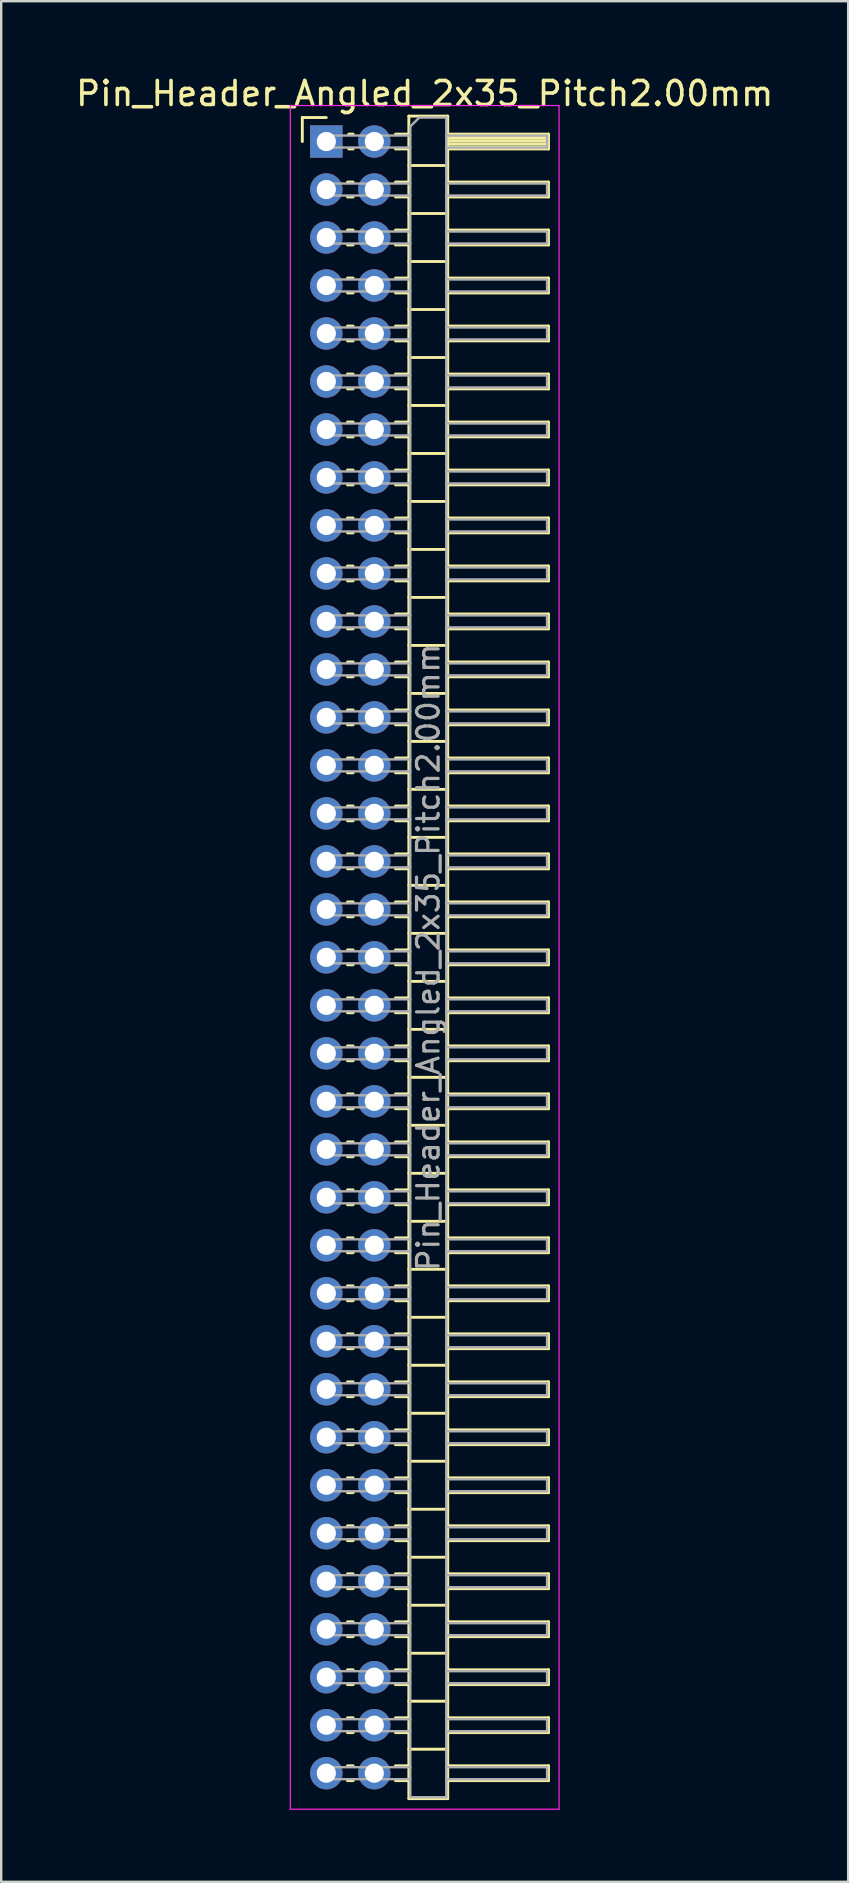
<source format=kicad_pcb>
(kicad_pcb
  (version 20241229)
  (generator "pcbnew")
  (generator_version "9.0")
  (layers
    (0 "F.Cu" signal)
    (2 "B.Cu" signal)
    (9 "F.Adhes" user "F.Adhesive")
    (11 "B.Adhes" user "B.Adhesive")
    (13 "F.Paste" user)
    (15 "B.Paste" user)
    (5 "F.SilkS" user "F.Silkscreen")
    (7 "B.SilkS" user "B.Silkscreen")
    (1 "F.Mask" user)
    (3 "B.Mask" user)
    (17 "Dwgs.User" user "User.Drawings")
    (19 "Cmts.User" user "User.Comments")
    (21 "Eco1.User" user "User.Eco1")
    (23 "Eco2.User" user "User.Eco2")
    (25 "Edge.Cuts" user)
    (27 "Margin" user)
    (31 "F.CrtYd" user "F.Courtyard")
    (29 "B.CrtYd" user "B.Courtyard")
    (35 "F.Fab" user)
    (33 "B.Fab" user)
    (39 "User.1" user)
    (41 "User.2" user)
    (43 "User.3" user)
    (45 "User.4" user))
  (footprint "Pin_Header_Angled_2x35_Pitch2.00mm"
    (layer "F.Cu")
    (at 10.549 2.848)
    (property "Reference" "Pin_Header_Angled_2x35_Pitch2.00mm" (at 4.1 -2 0) (layer "F.SilkS") (effects (font (size 1 1) (thickness 0.15))))
    (attr through_hole)
    (fp_line (start -1 -1) (end 0 -1) (stroke (width 0.12) (type solid)) (layer "F.SilkS"))
    (fp_line (start -1 0) (end -1 -1) (stroke (width 0.12) (type solid)) (layer "F.SilkS"))
    (fp_line (start 0.882 1.69) (end 1.118 1.69) (stroke (width 0.12) (type solid)) (layer "F.SilkS"))
    (fp_line (start 0.882 2.31) (end 1.118 2.31) (stroke (width 0.12) (type solid)) (layer "F.SilkS"))
    (fp_line (start 0.882 3.69) (end 1.118 3.69) (stroke (width 0.12) (type solid)) (layer "F.SilkS"))
    (fp_line (start 0.882 4.31) (end 1.118 4.31) (stroke (width 0.12) (type solid)) (layer "F.SilkS"))
    (fp_line (start 0.882 5.69) (end 1.118 5.69) (stroke (width 0.12) (type solid)) (layer "F.SilkS"))
    (fp_line (start 0.882 6.31) (end 1.118 6.31) (stroke (width 0.12) (type solid)) (layer "F.SilkS"))
    (fp_line (start 0.882 7.69) (end 1.118 7.69) (stroke (width 0.12) (type solid)) (layer "F.SilkS"))
    (fp_line (start 0.882 8.31) (end 1.118 8.31) (stroke (width 0.12) (type solid)) (layer "F.SilkS"))
    (fp_line (start 0.882 9.69) (end 1.118 9.69) (stroke (width 0.12) (type solid)) (layer "F.SilkS"))
    (fp_line (start 0.882 10.31) (end 1.118 10.31) (stroke (width 0.12) (type solid)) (layer "F.SilkS"))
    (fp_line (start 0.882 11.69) (end 1.118 11.69) (stroke (width 0.12) (type solid)) (layer "F.SilkS"))
    (fp_line (start 0.882 12.31) (end 1.118 12.31) (stroke (width 0.12) (type solid)) (layer "F.SilkS"))
    (fp_line (start 0.882 13.69) (end 1.118 13.69) (stroke (width 0.12) (type solid)) (layer "F.SilkS"))
    (fp_line (start 0.882 14.31) (end 1.118 14.31) (stroke (width 0.12) (type solid)) (layer "F.SilkS"))
    (fp_line (start 0.882 15.69) (end 1.118 15.69) (stroke (width 0.12) (type solid)) (layer "F.SilkS"))
    (fp_line (start 0.882 16.31) (end 1.118 16.31) (stroke (width 0.12) (type solid)) (layer "F.SilkS"))
    (fp_line (start 0.882 17.69) (end 1.118 17.69) (stroke (width 0.12) (type solid)) (layer "F.SilkS"))
    (fp_line (start 0.882 18.31) (end 1.118 18.31) (stroke (width 0.12) (type solid)) (layer "F.SilkS"))
    (fp_line (start 0.882 19.69) (end 1.118 19.69) (stroke (width 0.12) (type solid)) (layer "F.SilkS"))
    (fp_line (start 0.882 20.31) (end 1.118 20.31) (stroke (width 0.12) (type solid)) (layer "F.SilkS"))
    (fp_line (start 0.882 21.69) (end 1.118 21.69) (stroke (width 0.12) (type solid)) (layer "F.SilkS"))
    (fp_line (start 0.882 22.31) (end 1.118 22.31) (stroke (width 0.12) (type solid)) (layer "F.SilkS"))
    (fp_line (start 0.882 23.69) (end 1.118 23.69) (stroke (width 0.12) (type solid)) (layer "F.SilkS"))
    (fp_line (start 0.882 24.31) (end 1.118 24.31) (stroke (width 0.12) (type solid)) (layer "F.SilkS"))
    (fp_line (start 0.882 25.69) (end 1.118 25.69) (stroke (width 0.12) (type solid)) (layer "F.SilkS"))
    (fp_line (start 0.882 26.31) (end 1.118 26.31) (stroke (width 0.12) (type solid)) (layer "F.SilkS"))
    (fp_line (start 0.882 27.69) (end 1.118 27.69) (stroke (width 0.12) (type solid)) (layer "F.SilkS"))
    (fp_line (start 0.882 28.31) (end 1.118 28.31) (stroke (width 0.12) (type solid)) (layer "F.SilkS"))
    (fp_line (start 0.882 29.69) (end 1.118 29.69) (stroke (width 0.12) (type solid)) (layer "F.SilkS"))
    (fp_line (start 0.882 30.31) (end 1.118 30.31) (stroke (width 0.12) (type solid)) (layer "F.SilkS"))
    (fp_line (start 0.882 31.69) (end 1.118 31.69) (stroke (width 0.12) (type solid)) (layer "F.SilkS"))
    (fp_line (start 0.882 32.31) (end 1.118 32.31) (stroke (width 0.12) (type solid)) (layer "F.SilkS"))
    (fp_line (start 0.882 33.69) (end 1.118 33.69) (stroke (width 0.12) (type solid)) (layer "F.SilkS"))
    (fp_line (start 0.882 34.31) (end 1.118 34.31) (stroke (width 0.12) (type solid)) (layer "F.SilkS"))
    (fp_line (start 0.882 35.69) (end 1.118 35.69) (stroke (width 0.12) (type solid)) (layer "F.SilkS"))
    (fp_line (start 0.882 36.31) (end 1.118 36.31) (stroke (width 0.12) (type solid)) (layer "F.SilkS"))
    (fp_line (start 0.882 37.69) (end 1.118 37.69) (stroke (width 0.12) (type solid)) (layer "F.SilkS"))
    (fp_line (start 0.882 38.31) (end 1.118 38.31) (stroke (width 0.12) (type solid)) (layer "F.SilkS"))
    (fp_line (start 0.882 39.69) (end 1.118 39.69) (stroke (width 0.12) (type solid)) (layer "F.SilkS"))
    (fp_line (start 0.882 40.31) (end 1.118 40.31) (stroke (width 0.12) (type solid)) (layer "F.SilkS"))
    (fp_line (start 0.882 41.69) (end 1.118 41.69) (stroke (width 0.12) (type solid)) (layer "F.SilkS"))
    (fp_line (start 0.882 42.31) (end 1.118 42.31) (stroke (width 0.12) (type solid)) (layer "F.SilkS"))
    (fp_line (start 0.882 43.69) (end 1.118 43.69) (stroke (width 0.12) (type solid)) (layer "F.SilkS"))
    (fp_line (start 0.882 44.31) (end 1.118 44.31) (stroke (width 0.12) (type solid)) (layer "F.SilkS"))
    (fp_line (start 0.882 45.69) (end 1.118 45.69) (stroke (width 0.12) (type solid)) (layer "F.SilkS"))
    (fp_line (start 0.882 46.31) (end 1.118 46.31) (stroke (width 0.12) (type solid)) (layer "F.SilkS"))
    (fp_line (start 0.882 47.69) (end 1.118 47.69) (stroke (width 0.12) (type solid)) (layer "F.SilkS"))
    (fp_line (start 0.882 48.31) (end 1.118 48.31) (stroke (width 0.12) (type solid)) (layer "F.SilkS"))
    (fp_line (start 0.882 49.69) (end 1.118 49.69) (stroke (width 0.12) (type solid)) (layer "F.SilkS"))
    (fp_line (start 0.882 50.31) (end 1.118 50.31) (stroke (width 0.12) (type solid)) (layer "F.SilkS"))
    (fp_line (start 0.882 51.69) (end 1.118 51.69) (stroke (width 0.12) (type solid)) (layer "F.SilkS"))
    (fp_line (start 0.882 52.31) (end 1.118 52.31) (stroke (width 0.12) (type solid)) (layer "F.SilkS"))
    (fp_line (start 0.882 53.69) (end 1.118 53.69) (stroke (width 0.12) (type solid)) (layer "F.SilkS"))
    (fp_line (start 0.882 54.31) (end 1.118 54.31) (stroke (width 0.12) (type solid)) (layer "F.SilkS"))
    (fp_line (start 0.882 55.69) (end 1.118 55.69) (stroke (width 0.12) (type solid)) (layer "F.SilkS"))
    (fp_line (start 0.882 56.31) (end 1.118 56.31) (stroke (width 0.12) (type solid)) (layer "F.SilkS"))
    (fp_line (start 0.882 57.69) (end 1.118 57.69) (stroke (width 0.12) (type solid)) (layer "F.SilkS"))
    (fp_line (start 0.882 58.31) (end 1.118 58.31) (stroke (width 0.12) (type solid)) (layer "F.SilkS"))
    (fp_line (start 0.882 59.69) (end 1.118 59.69) (stroke (width 0.12) (type solid)) (layer "F.SilkS"))
    (fp_line (start 0.882 60.31) (end 1.118 60.31) (stroke (width 0.12) (type solid)) (layer "F.SilkS"))
    (fp_line (start 0.882 61.69) (end 1.118 61.69) (stroke (width 0.12) (type solid)) (layer "F.SilkS"))
    (fp_line (start 0.882 62.31) (end 1.118 62.31) (stroke (width 0.12) (type solid)) (layer "F.SilkS"))
    (fp_line (start 0.882 63.69) (end 1.118 63.69) (stroke (width 0.12) (type solid)) (layer "F.SilkS"))
    (fp_line (start 0.882 64.31) (end 1.118 64.31) (stroke (width 0.12) (type solid)) (layer "F.SilkS"))
    (fp_line (start 0.882 65.69) (end 1.118 65.69) (stroke (width 0.12) (type solid)) (layer "F.SilkS"))
    (fp_line (start 0.882 66.31) (end 1.118 66.31) (stroke (width 0.12) (type solid)) (layer "F.SilkS"))
    (fp_line (start 0.882 67.69) (end 1.118 67.69) (stroke (width 0.12) (type solid)) (layer "F.SilkS"))
    (fp_line (start 0.882 68.31) (end 1.118 68.31) (stroke (width 0.12) (type solid)) (layer "F.SilkS"))
    (fp_line (start 0.935 -0.31) (end 1.118 -0.31) (stroke (width 0.12) (type solid)) (layer "F.SilkS"))
    (fp_line (start 0.935 0.31) (end 1.118 0.31) (stroke (width 0.12) (type solid)) (layer "F.SilkS"))
    (fp_line (start 2.882 -0.31) (end 3.44 -0.31) (stroke (width 0.12) (type solid)) (layer "F.SilkS"))
    (fp_line (start 2.882 0.31) (end 3.44 0.31) (stroke (width 0.12) (type solid)) (layer "F.SilkS"))
    (fp_line (start 2.882 1.69) (end 3.44 1.69) (stroke (width 0.12) (type solid)) (layer "F.SilkS"))
    (fp_line (start 2.882 2.31) (end 3.44 2.31) (stroke (width 0.12) (type solid)) (layer "F.SilkS"))
    (fp_line (start 2.882 3.69) (end 3.44 3.69) (stroke (width 0.12) (type solid)) (layer "F.SilkS"))
    (fp_line (start 2.882 4.31) (end 3.44 4.31) (stroke (width 0.12) (type solid)) (layer "F.SilkS"))
    (fp_line (start 2.882 5.69) (end 3.44 5.69) (stroke (width 0.12) (type solid)) (layer "F.SilkS"))
    (fp_line (start 2.882 6.31) (end 3.44 6.31) (stroke (width 0.12) (type solid)) (layer "F.SilkS"))
    (fp_line (start 2.882 7.69) (end 3.44 7.69) (stroke (width 0.12) (type solid)) (layer "F.SilkS"))
    (fp_line (start 2.882 8.31) (end 3.44 8.31) (stroke (width 0.12) (type solid)) (layer "F.SilkS"))
    (fp_line (start 2.882 9.69) (end 3.44 9.69) (stroke (width 0.12) (type solid)) (layer "F.SilkS"))
    (fp_line (start 2.882 10.31) (end 3.44 10.31) (stroke (width 0.12) (type solid)) (layer "F.SilkS"))
    (fp_line (start 2.882 11.69) (end 3.44 11.69) (stroke (width 0.12) (type solid)) (layer "F.SilkS"))
    (fp_line (start 2.882 12.31) (end 3.44 12.31) (stroke (width 0.12) (type solid)) (layer "F.SilkS"))
    (fp_line (start 2.882 13.69) (end 3.44 13.69) (stroke (width 0.12) (type solid)) (layer "F.SilkS"))
    (fp_line (start 2.882 14.31) (end 3.44 14.31) (stroke (width 0.12) (type solid)) (layer "F.SilkS"))
    (fp_line (start 2.882 15.69) (end 3.44 15.69) (stroke (width 0.12) (type solid)) (layer "F.SilkS"))
    (fp_line (start 2.882 16.31) (end 3.44 16.31) (stroke (width 0.12) (type solid)) (layer "F.SilkS"))
    (fp_line (start 2.882 17.69) (end 3.44 17.69) (stroke (width 0.12) (type solid)) (layer "F.SilkS"))
    (fp_line (start 2.882 18.31) (end 3.44 18.31) (stroke (width 0.12) (type solid)) (layer "F.SilkS"))
    (fp_line (start 2.882 19.69) (end 3.44 19.69) (stroke (width 0.12) (type solid)) (layer "F.SilkS"))
    (fp_line (start 2.882 20.31) (end 3.44 20.31) (stroke (width 0.12) (type solid)) (layer "F.SilkS"))
    (fp_line (start 2.882 21.69) (end 3.44 21.69) (stroke (width 0.12) (type solid)) (layer "F.SilkS"))
    (fp_line (start 2.882 22.31) (end 3.44 22.31) (stroke (width 0.12) (type solid)) (layer "F.SilkS"))
    (fp_line (start 2.882 23.69) (end 3.44 23.69) (stroke (width 0.12) (type solid)) (layer "F.SilkS"))
    (fp_line (start 2.882 24.31) (end 3.44 24.31) (stroke (width 0.12) (type solid)) (layer "F.SilkS"))
    (fp_line (start 2.882 25.69) (end 3.44 25.69) (stroke (width 0.12) (type solid)) (layer "F.SilkS"))
    (fp_line (start 2.882 26.31) (end 3.44 26.31) (stroke (width 0.12) (type solid)) (layer "F.SilkS"))
    (fp_line (start 2.882 27.69) (end 3.44 27.69) (stroke (width 0.12) (type solid)) (layer "F.SilkS"))
    (fp_line (start 2.882 28.31) (end 3.44 28.31) (stroke (width 0.12) (type solid)) (layer "F.SilkS"))
    (fp_line (start 2.882 29.69) (end 3.44 29.69) (stroke (width 0.12) (type solid)) (layer "F.SilkS"))
    (fp_line (start 2.882 30.31) (end 3.44 30.31) (stroke (width 0.12) (type solid)) (layer "F.SilkS"))
    (fp_line (start 2.882 31.69) (end 3.44 31.69) (stroke (width 0.12) (type solid)) (layer "F.SilkS"))
    (fp_line (start 2.882 32.31) (end 3.44 32.31) (stroke (width 0.12) (type solid)) (layer "F.SilkS"))
    (fp_line (start 2.882 33.69) (end 3.44 33.69) (stroke (width 0.12) (type solid)) (layer "F.SilkS"))
    (fp_line (start 2.882 34.31) (end 3.44 34.31) (stroke (width 0.12) (type solid)) (layer "F.SilkS"))
    (fp_line (start 2.882 35.69) (end 3.44 35.69) (stroke (width 0.12) (type solid)) (layer "F.SilkS"))
    (fp_line (start 2.882 36.31) (end 3.44 36.31) (stroke (width 0.12) (type solid)) (layer "F.SilkS"))
    (fp_line (start 2.882 37.69) (end 3.44 37.69) (stroke (width 0.12) (type solid)) (layer "F.SilkS"))
    (fp_line (start 2.882 38.31) (end 3.44 38.31) (stroke (width 0.12) (type solid)) (layer "F.SilkS"))
    (fp_line (start 2.882 39.69) (end 3.44 39.69) (stroke (width 0.12) (type solid)) (layer "F.SilkS"))
    (fp_line (start 2.882 40.31) (end 3.44 40.31) (stroke (width 0.12) (type solid)) (layer "F.SilkS"))
    (fp_line (start 2.882 41.69) (end 3.44 41.69) (stroke (width 0.12) (type solid)) (layer "F.SilkS"))
    (fp_line (start 2.882 42.31) (end 3.44 42.31) (stroke (width 0.12) (type solid)) (layer "F.SilkS"))
    (fp_line (start 2.882 43.69) (end 3.44 43.69) (stroke (width 0.12) (type solid)) (layer "F.SilkS"))
    (fp_line (start 2.882 44.31) (end 3.44 44.31) (stroke (width 0.12) (type solid)) (layer "F.SilkS"))
    (fp_line (start 2.882 45.69) (end 3.44 45.69) (stroke (width 0.12) (type solid)) (layer "F.SilkS"))
    (fp_line (start 2.882 46.31) (end 3.44 46.31) (stroke (width 0.12) (type solid)) (layer "F.SilkS"))
    (fp_line (start 2.882 47.69) (end 3.44 47.69) (stroke (width 0.12) (type solid)) (layer "F.SilkS"))
    (fp_line (start 2.882 48.31) (end 3.44 48.31) (stroke (width 0.12) (type solid)) (layer "F.SilkS"))
    (fp_line (start 2.882 49.69) (end 3.44 49.69) (stroke (width 0.12) (type solid)) (layer "F.SilkS"))
    (fp_line (start 2.882 50.31) (end 3.44 50.31) (stroke (width 0.12) (type solid)) (layer "F.SilkS"))
    (fp_line (start 2.882 51.69) (end 3.44 51.69) (stroke (width 0.12) (type solid)) (layer "F.SilkS"))
    (fp_line (start 2.882 52.31) (end 3.44 52.31) (stroke (width 0.12) (type solid)) (layer "F.SilkS"))
    (fp_line (start 2.882 53.69) (end 3.44 53.69) (stroke (width 0.12) (type solid)) (layer "F.SilkS"))
    (fp_line (start 2.882 54.31) (end 3.44 54.31) (stroke (width 0.12) (type solid)) (layer "F.SilkS"))
    (fp_line (start 2.882 55.69) (end 3.44 55.69) (stroke (width 0.12) (type solid)) (layer "F.SilkS"))
    (fp_line (start 2.882 56.31) (end 3.44 56.31) (stroke (width 0.12) (type solid)) (layer "F.SilkS"))
    (fp_line (start 2.882 57.69) (end 3.44 57.69) (stroke (width 0.12) (type solid)) (layer "F.SilkS"))
    (fp_line (start 2.882 58.31) (end 3.44 58.31) (stroke (width 0.12) (type solid)) (layer "F.SilkS"))
    (fp_line (start 2.882 59.69) (end 3.44 59.69) (stroke (width 0.12) (type solid)) (layer "F.SilkS"))
    (fp_line (start 2.882 60.31) (end 3.44 60.31) (stroke (width 0.12) (type solid)) (layer "F.SilkS"))
    (fp_line (start 2.882 61.69) (end 3.44 61.69) (stroke (width 0.12) (type solid)) (layer "F.SilkS"))
    (fp_line (start 2.882 62.31) (end 3.44 62.31) (stroke (width 0.12) (type solid)) (layer "F.SilkS"))
    (fp_line (start 2.882 63.69) (end 3.44 63.69) (stroke (width 0.12) (type solid)) (layer "F.SilkS"))
    (fp_line (start 2.882 64.31) (end 3.44 64.31) (stroke (width 0.12) (type solid)) (layer "F.SilkS"))
    (fp_line (start 2.882 65.69) (end 3.44 65.69) (stroke (width 0.12) (type solid)) (layer "F.SilkS"))
    (fp_line (start 2.882 66.31) (end 3.44 66.31) (stroke (width 0.12) (type solid)) (layer "F.SilkS"))
    (fp_line (start 2.882 67.69) (end 3.44 67.69) (stroke (width 0.12) (type solid)) (layer "F.SilkS"))
    (fp_line (start 2.882 68.31) (end 3.44 68.31) (stroke (width 0.12) (type solid)) (layer "F.SilkS"))
    (fp_line (start 3.44 -1.06) (end 3.44 69.06) (stroke (width 0.12) (type solid)) (layer "F.SilkS"))
    (fp_line (start 3.44 1) (end 5.06 1) (stroke (width 0.12) (type solid)) (layer "F.SilkS"))
    (fp_line (start 3.44 3) (end 5.06 3) (stroke (width 0.12) (type solid)) (layer "F.SilkS"))
    (fp_line (start 3.44 5) (end 5.06 5) (stroke (width 0.12) (type solid)) (layer "F.SilkS"))
    (fp_line (start 3.44 7) (end 5.06 7) (stroke (width 0.12) (type solid)) (layer "F.SilkS"))
    (fp_line (start 3.44 9) (end 5.06 9) (stroke (width 0.12) (type solid)) (layer "F.SilkS"))
    (fp_line (start 3.44 11) (end 5.06 11) (stroke (width 0.12) (type solid)) (layer "F.SilkS"))
    (fp_line (start 3.44 13) (end 5.06 13) (stroke (width 0.12) (type solid)) (layer "F.SilkS"))
    (fp_line (start 3.44 15) (end 5.06 15) (stroke (width 0.12) (type solid)) (layer "F.SilkS"))
    (fp_line (start 3.44 17) (end 5.06 17) (stroke (width 0.12) (type solid)) (layer "F.SilkS"))
    (fp_line (start 3.44 19) (end 5.06 19) (stroke (width 0.12) (type solid)) (layer "F.SilkS"))
    (fp_line (start 3.44 21) (end 5.06 21) (stroke (width 0.12) (type solid)) (layer "F.SilkS"))
    (fp_line (start 3.44 23) (end 5.06 23) (stroke (width 0.12) (type solid)) (layer "F.SilkS"))
    (fp_line (start 3.44 25) (end 5.06 25) (stroke (width 0.12) (type solid)) (layer "F.SilkS"))
    (fp_line (start 3.44 27) (end 5.06 27) (stroke (width 0.12) (type solid)) (layer "F.SilkS"))
    (fp_line (start 3.44 29) (end 5.06 29) (stroke (width 0.12) (type solid)) (layer "F.SilkS"))
    (fp_line (start 3.44 31) (end 5.06 31) (stroke (width 0.12) (type solid)) (layer "F.SilkS"))
    (fp_line (start 3.44 33) (end 5.06 33) (stroke (width 0.12) (type solid)) (layer "F.SilkS"))
    (fp_line (start 3.44 35) (end 5.06 35) (stroke (width 0.12) (type solid)) (layer "F.SilkS"))
    (fp_line (start 3.44 37) (end 5.06 37) (stroke (width 0.12) (type solid)) (layer "F.SilkS"))
    (fp_line (start 3.44 39) (end 5.06 39) (stroke (width 0.12) (type solid)) (layer "F.SilkS"))
    (fp_line (start 3.44 41) (end 5.06 41) (stroke (width 0.12) (type solid)) (layer "F.SilkS"))
    (fp_line (start 3.44 43) (end 5.06 43) (stroke (width 0.12) (type solid)) (layer "F.SilkS"))
    (fp_line (start 3.44 45) (end 5.06 45) (stroke (width 0.12) (type solid)) (layer "F.SilkS"))
    (fp_line (start 3.44 47) (end 5.06 47) (stroke (width 0.12) (type solid)) (layer "F.SilkS"))
    (fp_line (start 3.44 49) (end 5.06 49) (stroke (width 0.12) (type solid)) (layer "F.SilkS"))
    (fp_line (start 3.44 51) (end 5.06 51) (stroke (width 0.12) (type solid)) (layer "F.SilkS"))
    (fp_line (start 3.44 53) (end 5.06 53) (stroke (width 0.12) (type solid)) (layer "F.SilkS"))
    (fp_line (start 3.44 55) (end 5.06 55) (stroke (width 0.12) (type solid)) (layer "F.SilkS"))
    (fp_line (start 3.44 57) (end 5.06 57) (stroke (width 0.12) (type solid)) (layer "F.SilkS"))
    (fp_line (start 3.44 59) (end 5.06 59) (stroke (width 0.12) (type solid)) (layer "F.SilkS"))
    (fp_line (start 3.44 61) (end 5.06 61) (stroke (width 0.12) (type solid)) (layer "F.SilkS"))
    (fp_line (start 3.44 63) (end 5.06 63) (stroke (width 0.12) (type solid)) (layer "F.SilkS"))
    (fp_line (start 3.44 65) (end 5.06 65) (stroke (width 0.12) (type solid)) (layer "F.SilkS"))
    (fp_line (start 3.44 67) (end 5.06 67) (stroke (width 0.12) (type solid)) (layer "F.SilkS"))
    (fp_line (start 3.44 69.06) (end 5.06 69.06) (stroke (width 0.12) (type solid)) (layer "F.SilkS"))
    (fp_line (start 5.06 -1.06) (end 3.44 -1.06) (stroke (width 0.12) (type solid)) (layer "F.SilkS"))
    (fp_line (start 5.06 -0.31) (end 9.26 -0.31) (stroke (width 0.12) (type solid)) (layer "F.SilkS"))
    (fp_line (start 5.06 -0.25) (end 9.26 -0.25) (stroke (width 0.12) (type solid)) (layer "F.SilkS"))
    (fp_line (start 5.06 -0.13) (end 9.26 -0.13) (stroke (width 0.12) (type solid)) (layer "F.SilkS"))
    (fp_line (start 5.06 -0.01) (end 9.26 -0.01) (stroke (width 0.12) (type solid)) (layer "F.SilkS"))
    (fp_line (start 5.06 0.11) (end 9.26 0.11) (stroke (width 0.12) (type solid)) (layer "F.SilkS"))
    (fp_line (start 5.06 0.23) (end 9.26 0.23) (stroke (width 0.12) (type solid)) (layer "F.SilkS"))
    (fp_line (start 5.06 1.69) (end 9.26 1.69) (stroke (width 0.12) (type solid)) (layer "F.SilkS"))
    (fp_line (start 5.06 3.69) (end 9.26 3.69) (stroke (width 0.12) (type solid)) (layer "F.SilkS"))
    (fp_line (start 5.06 5.69) (end 9.26 5.69) (stroke (width 0.12) (type solid)) (layer "F.SilkS"))
    (fp_line (start 5.06 7.69) (end 9.26 7.69) (stroke (width 0.12) (type solid)) (layer "F.SilkS"))
    (fp_line (start 5.06 9.69) (end 9.26 9.69) (stroke (width 0.12) (type solid)) (layer "F.SilkS"))
    (fp_line (start 5.06 11.69) (end 9.26 11.69) (stroke (width 0.12) (type solid)) (layer "F.SilkS"))
    (fp_line (start 5.06 13.69) (end 9.26 13.69) (stroke (width 0.12) (type solid)) (layer "F.SilkS"))
    (fp_line (start 5.06 15.69) (end 9.26 15.69) (stroke (width 0.12) (type solid)) (layer "F.SilkS"))
    (fp_line (start 5.06 17.69) (end 9.26 17.69) (stroke (width 0.12) (type solid)) (layer "F.SilkS"))
    (fp_line (start 5.06 19.69) (end 9.26 19.69) (stroke (width 0.12) (type solid)) (layer "F.SilkS"))
    (fp_line (start 5.06 21.69) (end 9.26 21.69) (stroke (width 0.12) (type solid)) (layer "F.SilkS"))
    (fp_line (start 5.06 23.69) (end 9.26 23.69) (stroke (width 0.12) (type solid)) (layer "F.SilkS"))
    (fp_line (start 5.06 25.69) (end 9.26 25.69) (stroke (width 0.12) (type solid)) (layer "F.SilkS"))
    (fp_line (start 5.06 27.69) (end 9.26 27.69) (stroke (width 0.12) (type solid)) (layer "F.SilkS"))
    (fp_line (start 5.06 29.69) (end 9.26 29.69) (stroke (width 0.12) (type solid)) (layer "F.SilkS"))
    (fp_line (start 5.06 31.69) (end 9.26 31.69) (stroke (width 0.12) (type solid)) (layer "F.SilkS"))
    (fp_line (start 5.06 33.69) (end 9.26 33.69) (stroke (width 0.12) (type solid)) (layer "F.SilkS"))
    (fp_line (start 5.06 35.69) (end 9.26 35.69) (stroke (width 0.12) (type solid)) (layer "F.SilkS"))
    (fp_line (start 5.06 37.69) (end 9.26 37.69) (stroke (width 0.12) (type solid)) (layer "F.SilkS"))
    (fp_line (start 5.06 39.69) (end 9.26 39.69) (stroke (width 0.12) (type solid)) (layer "F.SilkS"))
    (fp_line (start 5.06 41.69) (end 9.26 41.69) (stroke (width 0.12) (type solid)) (layer "F.SilkS"))
    (fp_line (start 5.06 43.69) (end 9.26 43.69) (stroke (width 0.12) (type solid)) (layer "F.SilkS"))
    (fp_line (start 5.06 45.69) (end 9.26 45.69) (stroke (width 0.12) (type solid)) (layer "F.SilkS"))
    (fp_line (start 5.06 47.69) (end 9.26 47.69) (stroke (width 0.12) (type solid)) (layer "F.SilkS"))
    (fp_line (start 5.06 49.69) (end 9.26 49.69) (stroke (width 0.12) (type solid)) (layer "F.SilkS"))
    (fp_line (start 5.06 51.69) (end 9.26 51.69) (stroke (width 0.12) (type solid)) (layer "F.SilkS"))
    (fp_line (start 5.06 53.69) (end 9.26 53.69) (stroke (width 0.12) (type solid)) (layer "F.SilkS"))
    (fp_line (start 5.06 55.69) (end 9.26 55.69) (stroke (width 0.12) (type solid)) (layer "F.SilkS"))
    (fp_line (start 5.06 57.69) (end 9.26 57.69) (stroke (width 0.12) (type solid)) (layer "F.SilkS"))
    (fp_line (start 5.06 59.69) (end 9.26 59.69) (stroke (width 0.12) (type solid)) (layer "F.SilkS"))
    (fp_line (start 5.06 61.69) (end 9.26 61.69) (stroke (width 0.12) (type solid)) (layer "F.SilkS"))
    (fp_line (start 5.06 63.69) (end 9.26 63.69) (stroke (width 0.12) (type solid)) (layer "F.SilkS"))
    (fp_line (start 5.06 65.69) (end 9.26 65.69) (stroke (width 0.12) (type solid)) (layer "F.SilkS"))
    (fp_line (start 5.06 67.69) (end 9.26 67.69) (stroke (width 0.12) (type solid)) (layer "F.SilkS"))
    (fp_line (start 5.06 69.06) (end 5.06 -1.06) (stroke (width 0.12) (type solid)) (layer "F.SilkS"))
    (fp_line (start 9.26 -0.31) (end 9.26 0.31) (stroke (width 0.12) (type solid)) (layer "F.SilkS"))
    (fp_line (start 9.26 0.31) (end 5.06 0.31) (stroke (width 0.12) (type solid)) (layer "F.SilkS"))
    (fp_line (start 9.26 1.69) (end 9.26 2.31) (stroke (width 0.12) (type solid)) (layer "F.SilkS"))
    (fp_line (start 9.26 2.31) (end 5.06 2.31) (stroke (width 0.12) (type solid)) (layer "F.SilkS"))
    (fp_line (start 9.26 3.69) (end 9.26 4.31) (stroke (width 0.12) (type solid)) (layer "F.SilkS"))
    (fp_line (start 9.26 4.31) (end 5.06 4.31) (stroke (width 0.12) (type solid)) (layer "F.SilkS"))
    (fp_line (start 9.26 5.69) (end 9.26 6.31) (stroke (width 0.12) (type solid)) (layer "F.SilkS"))
    (fp_line (start 9.26 6.31) (end 5.06 6.31) (stroke (width 0.12) (type solid)) (layer "F.SilkS"))
    (fp_line (start 9.26 7.69) (end 9.26 8.31) (stroke (width 0.12) (type solid)) (layer "F.SilkS"))
    (fp_line (start 9.26 8.31) (end 5.06 8.31) (stroke (width 0.12) (type solid)) (layer "F.SilkS"))
    (fp_line (start 9.26 9.69) (end 9.26 10.31) (stroke (width 0.12) (type solid)) (layer "F.SilkS"))
    (fp_line (start 9.26 10.31) (end 5.06 10.31) (stroke (width 0.12) (type solid)) (layer "F.SilkS"))
    (fp_line (start 9.26 11.69) (end 9.26 12.31) (stroke (width 0.12) (type solid)) (layer "F.SilkS"))
    (fp_line (start 9.26 12.31) (end 5.06 12.31) (stroke (width 0.12) (type solid)) (layer "F.SilkS"))
    (fp_line (start 9.26 13.69) (end 9.26 14.31) (stroke (width 0.12) (type solid)) (layer "F.SilkS"))
    (fp_line (start 9.26 14.31) (end 5.06 14.31) (stroke (width 0.12) (type solid)) (layer "F.SilkS"))
    (fp_line (start 9.26 15.69) (end 9.26 16.31) (stroke (width 0.12) (type solid)) (layer "F.SilkS"))
    (fp_line (start 9.26 16.31) (end 5.06 16.31) (stroke (width 0.12) (type solid)) (layer "F.SilkS"))
    (fp_line (start 9.26 17.69) (end 9.26 18.31) (stroke (width 0.12) (type solid)) (layer "F.SilkS"))
    (fp_line (start 9.26 18.31) (end 5.06 18.31) (stroke (width 0.12) (type solid)) (layer "F.SilkS"))
    (fp_line (start 9.26 19.69) (end 9.26 20.31) (stroke (width 0.12) (type solid)) (layer "F.SilkS"))
    (fp_line (start 9.26 20.31) (end 5.06 20.31) (stroke (width 0.12) (type solid)) (layer "F.SilkS"))
    (fp_line (start 9.26 21.69) (end 9.26 22.31) (stroke (width 0.12) (type solid)) (layer "F.SilkS"))
    (fp_line (start 9.26 22.31) (end 5.06 22.31) (stroke (width 0.12) (type solid)) (layer "F.SilkS"))
    (fp_line (start 9.26 23.69) (end 9.26 24.31) (stroke (width 0.12) (type solid)) (layer "F.SilkS"))
    (fp_line (start 9.26 24.31) (end 5.06 24.31) (stroke (width 0.12) (type solid)) (layer "F.SilkS"))
    (fp_line (start 9.26 25.69) (end 9.26 26.31) (stroke (width 0.12) (type solid)) (layer "F.SilkS"))
    (fp_line (start 9.26 26.31) (end 5.06 26.31) (stroke (width 0.12) (type solid)) (layer "F.SilkS"))
    (fp_line (start 9.26 27.69) (end 9.26 28.31) (stroke (width 0.12) (type solid)) (layer "F.SilkS"))
    (fp_line (start 9.26 28.31) (end 5.06 28.31) (stroke (width 0.12) (type solid)) (layer "F.SilkS"))
    (fp_line (start 9.26 29.69) (end 9.26 30.31) (stroke (width 0.12) (type solid)) (layer "F.SilkS"))
    (fp_line (start 9.26 30.31) (end 5.06 30.31) (stroke (width 0.12) (type solid)) (layer "F.SilkS"))
    (fp_line (start 9.26 31.69) (end 9.26 32.31) (stroke (width 0.12) (type solid)) (layer "F.SilkS"))
    (fp_line (start 9.26 32.31) (end 5.06 32.31) (stroke (width 0.12) (type solid)) (layer "F.SilkS"))
    (fp_line (start 9.26 33.69) (end 9.26 34.31) (stroke (width 0.12) (type solid)) (layer "F.SilkS"))
    (fp_line (start 9.26 34.31) (end 5.06 34.31) (stroke (width 0.12) (type solid)) (layer "F.SilkS"))
    (fp_line (start 9.26 35.69) (end 9.26 36.31) (stroke (width 0.12) (type solid)) (layer "F.SilkS"))
    (fp_line (start 9.26 36.31) (end 5.06 36.31) (stroke (width 0.12) (type solid)) (layer "F.SilkS"))
    (fp_line (start 9.26 37.69) (end 9.26 38.31) (stroke (width 0.12) (type solid)) (layer "F.SilkS"))
    (fp_line (start 9.26 38.31) (end 5.06 38.31) (stroke (width 0.12) (type solid)) (layer "F.SilkS"))
    (fp_line (start 9.26 39.69) (end 9.26 40.31) (stroke (width 0.12) (type solid)) (layer "F.SilkS"))
    (fp_line (start 9.26 40.31) (end 5.06 40.31) (stroke (width 0.12) (type solid)) (layer "F.SilkS"))
    (fp_line (start 9.26 41.69) (end 9.26 42.31) (stroke (width 0.12) (type solid)) (layer "F.SilkS"))
    (fp_line (start 9.26 42.31) (end 5.06 42.31) (stroke (width 0.12) (type solid)) (layer "F.SilkS"))
    (fp_line (start 9.26 43.69) (end 9.26 44.31) (stroke (width 0.12) (type solid)) (layer "F.SilkS"))
    (fp_line (start 9.26 44.31) (end 5.06 44.31) (stroke (width 0.12) (type solid)) (layer "F.SilkS"))
    (fp_line (start 9.26 45.69) (end 9.26 46.31) (stroke (width 0.12) (type solid)) (layer "F.SilkS"))
    (fp_line (start 9.26 46.31) (end 5.06 46.31) (stroke (width 0.12) (type solid)) (layer "F.SilkS"))
    (fp_line (start 9.26 47.69) (end 9.26 48.31) (stroke (width 0.12) (type solid)) (layer "F.SilkS"))
    (fp_line (start 9.26 48.31) (end 5.06 48.31) (stroke (width 0.12) (type solid)) (layer "F.SilkS"))
    (fp_line (start 9.26 49.69) (end 9.26 50.31) (stroke (width 0.12) (type solid)) (layer "F.SilkS"))
    (fp_line (start 9.26 50.31) (end 5.06 50.31) (stroke (width 0.12) (type solid)) (layer "F.SilkS"))
    (fp_line (start 9.26 51.69) (end 9.26 52.31) (stroke (width 0.12) (type solid)) (layer "F.SilkS"))
    (fp_line (start 9.26 52.31) (end 5.06 52.31) (stroke (width 0.12) (type solid)) (layer "F.SilkS"))
    (fp_line (start 9.26 53.69) (end 9.26 54.31) (stroke (width 0.12) (type solid)) (layer "F.SilkS"))
    (fp_line (start 9.26 54.31) (end 5.06 54.31) (stroke (width 0.12) (type solid)) (layer "F.SilkS"))
    (fp_line (start 9.26 55.69) (end 9.26 56.31) (stroke (width 0.12) (type solid)) (layer "F.SilkS"))
    (fp_line (start 9.26 56.31) (end 5.06 56.31) (stroke (width 0.12) (type solid)) (layer "F.SilkS"))
    (fp_line (start 9.26 57.69) (end 9.26 58.31) (stroke (width 0.12) (type solid)) (layer "F.SilkS"))
    (fp_line (start 9.26 58.31) (end 5.06 58.31) (stroke (width 0.12) (type solid)) (layer "F.SilkS"))
    (fp_line (start 9.26 59.69) (end 9.26 60.31) (stroke (width 0.12) (type solid)) (layer "F.SilkS"))
    (fp_line (start 9.26 60.31) (end 5.06 60.31) (stroke (width 0.12) (type solid)) (layer "F.SilkS"))
    (fp_line (start 9.26 61.69) (end 9.26 62.31) (stroke (width 0.12) (type solid)) (layer "F.SilkS"))
    (fp_line (start 9.26 62.31) (end 5.06 62.31) (stroke (width 0.12) (type solid)) (layer "F.SilkS"))
    (fp_line (start 9.26 63.69) (end 9.26 64.31) (stroke (width 0.12) (type solid)) (layer "F.SilkS"))
    (fp_line (start 9.26 64.31) (end 5.06 64.31) (stroke (width 0.12) (type solid)) (layer "F.SilkS"))
    (fp_line (start 9.26 65.69) (end 9.26 66.31) (stroke (width 0.12) (type solid)) (layer "F.SilkS"))
    (fp_line (start 9.26 66.31) (end 5.06 66.31) (stroke (width 0.12) (type solid)) (layer "F.SilkS"))
    (fp_line (start 9.26 67.69) (end 9.26 68.31) (stroke (width 0.12) (type solid)) (layer "F.SilkS"))
    (fp_line (start 9.26 68.31) (end 5.06 68.31) (stroke (width 0.12) (type solid)) (layer "F.SilkS"))
    (fp_line (start -1.5 -1.5) (end -1.5 69.5) (stroke (width 0.05) (type solid)) (layer "F.CrtYd"))
    (fp_line (start -1.5 69.5) (end 9.7 69.5) (stroke (width 0.05) (type solid)) (layer "F.CrtYd"))
    (fp_line (start 9.7 -1.5) (end -1.5 -1.5) (stroke (width 0.05) (type solid)) (layer "F.CrtYd"))
    (fp_line (start 9.7 69.5) (end 9.7 -1.5) (stroke (width 0.05) (type solid)) (layer "F.CrtYd"))
    (fp_line (start -0.25 -0.25) (end -0.25 0.25) (stroke (width 0.1) (type solid)) (layer "F.Fab"))
    (fp_line (start -0.25 -0.25) (end 3.5 -0.25) (stroke (width 0.1) (type solid)) (layer "F.Fab"))
    (fp_line (start -0.25 0.25) (end 3.5 0.25) (stroke (width 0.1) (type solid)) (layer "F.Fab"))
    (fp_line (start -0.25 1.75) (end -0.25 2.25) (stroke (width 0.1) (type solid)) (layer "F.Fab"))
    (fp_line (start -0.25 1.75) (end 3.5 1.75) (stroke (width 0.1) (type solid)) (layer "F.Fab"))
    (fp_line (start -0.25 2.25) (end 3.5 2.25) (stroke (width 0.1) (type solid)) (layer "F.Fab"))
    (fp_line (start -0.25 3.75) (end -0.25 4.25) (stroke (width 0.1) (type solid)) (layer "F.Fab"))
    (fp_line (start -0.25 3.75) (end 3.5 3.75) (stroke (width 0.1) (type solid)) (layer "F.Fab"))
    (fp_line (start -0.25 4.25) (end 3.5 4.25) (stroke (width 0.1) (type solid)) (layer "F.Fab"))
    (fp_line (start -0.25 5.75) (end -0.25 6.25) (stroke (width 0.1) (type solid)) (layer "F.Fab"))
    (fp_line (start -0.25 5.75) (end 3.5 5.75) (stroke (width 0.1) (type solid)) (layer "F.Fab"))
    (fp_line (start -0.25 6.25) (end 3.5 6.25) (stroke (width 0.1) (type solid)) (layer "F.Fab"))
    (fp_line (start -0.25 7.75) (end -0.25 8.25) (stroke (width 0.1) (type solid)) (layer "F.Fab"))
    (fp_line (start -0.25 7.75) (end 3.5 7.75) (stroke (width 0.1) (type solid)) (layer "F.Fab"))
    (fp_line (start -0.25 8.25) (end 3.5 8.25) (stroke (width 0.1) (type solid)) (layer "F.Fab"))
    (fp_line (start -0.25 9.75) (end -0.25 10.25) (stroke (width 0.1) (type solid)) (layer "F.Fab"))
    (fp_line (start -0.25 9.75) (end 3.5 9.75) (stroke (width 0.1) (type solid)) (layer "F.Fab"))
    (fp_line (start -0.25 10.25) (end 3.5 10.25) (stroke (width 0.1) (type solid)) (layer "F.Fab"))
    (fp_line (start -0.25 11.75) (end -0.25 12.25) (stroke (width 0.1) (type solid)) (layer "F.Fab"))
    (fp_line (start -0.25 11.75) (end 3.5 11.75) (stroke (width 0.1) (type solid)) (layer "F.Fab"))
    (fp_line (start -0.25 12.25) (end 3.5 12.25) (stroke (width 0.1) (type solid)) (layer "F.Fab"))
    (fp_line (start -0.25 13.75) (end -0.25 14.25) (stroke (width 0.1) (type solid)) (layer "F.Fab"))
    (fp_line (start -0.25 13.75) (end 3.5 13.75) (stroke (width 0.1) (type solid)) (layer "F.Fab"))
    (fp_line (start -0.25 14.25) (end 3.5 14.25) (stroke (width 0.1) (type solid)) (layer "F.Fab"))
    (fp_line (start -0.25 15.75) (end -0.25 16.25) (stroke (width 0.1) (type solid)) (layer "F.Fab"))
    (fp_line (start -0.25 15.75) (end 3.5 15.75) (stroke (width 0.1) (type solid)) (layer "F.Fab"))
    (fp_line (start -0.25 16.25) (end 3.5 16.25) (stroke (width 0.1) (type solid)) (layer "F.Fab"))
    (fp_line (start -0.25 17.75) (end -0.25 18.25) (stroke (width 0.1) (type solid)) (layer "F.Fab"))
    (fp_line (start -0.25 17.75) (end 3.5 17.75) (stroke (width 0.1) (type solid)) (layer "F.Fab"))
    (fp_line (start -0.25 18.25) (end 3.5 18.25) (stroke (width 0.1) (type solid)) (layer "F.Fab"))
    (fp_line (start -0.25 19.75) (end -0.25 20.25) (stroke (width 0.1) (type solid)) (layer "F.Fab"))
    (fp_line (start -0.25 19.75) (end 3.5 19.75) (stroke (width 0.1) (type solid)) (layer "F.Fab"))
    (fp_line (start -0.25 20.25) (end 3.5 20.25) (stroke (width 0.1) (type solid)) (layer "F.Fab"))
    (fp_line (start -0.25 21.75) (end -0.25 22.25) (stroke (width 0.1) (type solid)) (layer "F.Fab"))
    (fp_line (start -0.25 21.75) (end 3.5 21.75) (stroke (width 0.1) (type solid)) (layer "F.Fab"))
    (fp_line (start -0.25 22.25) (end 3.5 22.25) (stroke (width 0.1) (type solid)) (layer "F.Fab"))
    (fp_line (start -0.25 23.75) (end -0.25 24.25) (stroke (width 0.1) (type solid)) (layer "F.Fab"))
    (fp_line (start -0.25 23.75) (end 3.5 23.75) (stroke (width 0.1) (type solid)) (layer "F.Fab"))
    (fp_line (start -0.25 24.25) (end 3.5 24.25) (stroke (width 0.1) (type solid)) (layer "F.Fab"))
    (fp_line (start -0.25 25.75) (end -0.25 26.25) (stroke (width 0.1) (type solid)) (layer "F.Fab"))
    (fp_line (start -0.25 25.75) (end 3.5 25.75) (stroke (width 0.1) (type solid)) (layer "F.Fab"))
    (fp_line (start -0.25 26.25) (end 3.5 26.25) (stroke (width 0.1) (type solid)) (layer "F.Fab"))
    (fp_line (start -0.25 27.75) (end -0.25 28.25) (stroke (width 0.1) (type solid)) (layer "F.Fab"))
    (fp_line (start -0.25 27.75) (end 3.5 27.75) (stroke (width 0.1) (type solid)) (layer "F.Fab"))
    (fp_line (start -0.25 28.25) (end 3.5 28.25) (stroke (width 0.1) (type solid)) (layer "F.Fab"))
    (fp_line (start -0.25 29.75) (end -0.25 30.25) (stroke (width 0.1) (type solid)) (layer "F.Fab"))
    (fp_line (start -0.25 29.75) (end 3.5 29.75) (stroke (width 0.1) (type solid)) (layer "F.Fab"))
    (fp_line (start -0.25 30.25) (end 3.5 30.25) (stroke (width 0.1) (type solid)) (layer "F.Fab"))
    (fp_line (start -0.25 31.75) (end -0.25 32.25) (stroke (width 0.1) (type solid)) (layer "F.Fab"))
    (fp_line (start -0.25 31.75) (end 3.5 31.75) (stroke (width 0.1) (type solid)) (layer "F.Fab"))
    (fp_line (start -0.25 32.25) (end 3.5 32.25) (stroke (width 0.1) (type solid)) (layer "F.Fab"))
    (fp_line (start -0.25 33.75) (end -0.25 34.25) (stroke (width 0.1) (type solid)) (layer "F.Fab"))
    (fp_line (start -0.25 33.75) (end 3.5 33.75) (stroke (width 0.1) (type solid)) (layer "F.Fab"))
    (fp_line (start -0.25 34.25) (end 3.5 34.25) (stroke (width 0.1) (type solid)) (layer "F.Fab"))
    (fp_line (start -0.25 35.75) (end -0.25 36.25) (stroke (width 0.1) (type solid)) (layer "F.Fab"))
    (fp_line (start -0.25 35.75) (end 3.5 35.75) (stroke (width 0.1) (type solid)) (layer "F.Fab"))
    (fp_line (start -0.25 36.25) (end 3.5 36.25) (stroke (width 0.1) (type solid)) (layer "F.Fab"))
    (fp_line (start -0.25 37.75) (end -0.25 38.25) (stroke (width 0.1) (type solid)) (layer "F.Fab"))
    (fp_line (start -0.25 37.75) (end 3.5 37.75) (stroke (width 0.1) (type solid)) (layer "F.Fab"))
    (fp_line (start -0.25 38.25) (end 3.5 38.25) (stroke (width 0.1) (type solid)) (layer "F.Fab"))
    (fp_line (start -0.25 39.75) (end -0.25 40.25) (stroke (width 0.1) (type solid)) (layer "F.Fab"))
    (fp_line (start -0.25 39.75) (end 3.5 39.75) (stroke (width 0.1) (type solid)) (layer "F.Fab"))
    (fp_line (start -0.25 40.25) (end 3.5 40.25) (stroke (width 0.1) (type solid)) (layer "F.Fab"))
    (fp_line (start -0.25 41.75) (end -0.25 42.25) (stroke (width 0.1) (type solid)) (layer "F.Fab"))
    (fp_line (start -0.25 41.75) (end 3.5 41.75) (stroke (width 0.1) (type solid)) (layer "F.Fab"))
    (fp_line (start -0.25 42.25) (end 3.5 42.25) (stroke (width 0.1) (type solid)) (layer "F.Fab"))
    (fp_line (start -0.25 43.75) (end -0.25 44.25) (stroke (width 0.1) (type solid)) (layer "F.Fab"))
    (fp_line (start -0.25 43.75) (end 3.5 43.75) (stroke (width 0.1) (type solid)) (layer "F.Fab"))
    (fp_line (start -0.25 44.25) (end 3.5 44.25) (stroke (width 0.1) (type solid)) (layer "F.Fab"))
    (fp_line (start -0.25 45.75) (end -0.25 46.25) (stroke (width 0.1) (type solid)) (layer "F.Fab"))
    (fp_line (start -0.25 45.75) (end 3.5 45.75) (stroke (width 0.1) (type solid)) (layer "F.Fab"))
    (fp_line (start -0.25 46.25) (end 3.5 46.25) (stroke (width 0.1) (type solid)) (layer "F.Fab"))
    (fp_line (start -0.25 47.75) (end -0.25 48.25) (stroke (width 0.1) (type solid)) (layer "F.Fab"))
    (fp_line (start -0.25 47.75) (end 3.5 47.75) (stroke (width 0.1) (type solid)) (layer "F.Fab"))
    (fp_line (start -0.25 48.25) (end 3.5 48.25) (stroke (width 0.1) (type solid)) (layer "F.Fab"))
    (fp_line (start -0.25 49.75) (end -0.25 50.25) (stroke (width 0.1) (type solid)) (layer "F.Fab"))
    (fp_line (start -0.25 49.75) (end 3.5 49.75) (stroke (width 0.1) (type solid)) (layer "F.Fab"))
    (fp_line (start -0.25 50.25) (end 3.5 50.25) (stroke (width 0.1) (type solid)) (layer "F.Fab"))
    (fp_line (start -0.25 51.75) (end -0.25 52.25) (stroke (width 0.1) (type solid)) (layer "F.Fab"))
    (fp_line (start -0.25 51.75) (end 3.5 51.75) (stroke (width 0.1) (type solid)) (layer "F.Fab"))
    (fp_line (start -0.25 52.25) (end 3.5 52.25) (stroke (width 0.1) (type solid)) (layer "F.Fab"))
    (fp_line (start -0.25 53.75) (end -0.25 54.25) (stroke (width 0.1) (type solid)) (layer "F.Fab"))
    (fp_line (start -0.25 53.75) (end 3.5 53.75) (stroke (width 0.1) (type solid)) (layer "F.Fab"))
    (fp_line (start -0.25 54.25) (end 3.5 54.25) (stroke (width 0.1) (type solid)) (layer "F.Fab"))
    (fp_line (start -0.25 55.75) (end -0.25 56.25) (stroke (width 0.1) (type solid)) (layer "F.Fab"))
    (fp_line (start -0.25 55.75) (end 3.5 55.75) (stroke (width 0.1) (type solid)) (layer "F.Fab"))
    (fp_line (start -0.25 56.25) (end 3.5 56.25) (stroke (width 0.1) (type solid)) (layer "F.Fab"))
    (fp_line (start -0.25 57.75) (end -0.25 58.25) (stroke (width 0.1) (type solid)) (layer "F.Fab"))
    (fp_line (start -0.25 57.75) (end 3.5 57.75) (stroke (width 0.1) (type solid)) (layer "F.Fab"))
    (fp_line (start -0.25 58.25) (end 3.5 58.25) (stroke (width 0.1) (type solid)) (layer "F.Fab"))
    (fp_line (start -0.25 59.75) (end -0.25 60.25) (stroke (width 0.1) (type solid)) (layer "F.Fab"))
    (fp_line (start -0.25 59.75) (end 3.5 59.75) (stroke (width 0.1) (type solid)) (layer "F.Fab"))
    (fp_line (start -0.25 60.25) (end 3.5 60.25) (stroke (width 0.1) (type solid)) (layer "F.Fab"))
    (fp_line (start -0.25 61.75) (end -0.25 62.25) (stroke (width 0.1) (type solid)) (layer "F.Fab"))
    (fp_line (start -0.25 61.75) (end 3.5 61.75) (stroke (width 0.1) (type solid)) (layer "F.Fab"))
    (fp_line (start -0.25 62.25) (end 3.5 62.25) (stroke (width 0.1) (type solid)) (layer "F.Fab"))
    (fp_line (start -0.25 63.75) (end -0.25 64.25) (stroke (width 0.1) (type solid)) (layer "F.Fab"))
    (fp_line (start -0.25 63.75) (end 3.5 63.75) (stroke (width 0.1) (type solid)) (layer "F.Fab"))
    (fp_line (start -0.25 64.25) (end 3.5 64.25) (stroke (width 0.1) (type solid)) (layer "F.Fab"))
    (fp_line (start -0.25 65.75) (end -0.25 66.25) (stroke (width 0.1) (type solid)) (layer "F.Fab"))
    (fp_line (start -0.25 65.75) (end 3.5 65.75) (stroke (width 0.1) (type solid)) (layer "F.Fab"))
    (fp_line (start -0.25 66.25) (end 3.5 66.25) (stroke (width 0.1) (type solid)) (layer "F.Fab"))
    (fp_line (start -0.25 67.75) (end -0.25 68.25) (stroke (width 0.1) (type solid)) (layer "F.Fab"))
    (fp_line (start -0.25 67.75) (end 3.5 67.75) (stroke (width 0.1) (type solid)) (layer "F.Fab"))
    (fp_line (start -0.25 68.25) (end 3.5 68.25) (stroke (width 0.1) (type solid)) (layer "F.Fab"))
    (fp_line (start 3.5 -0.625) (end 3.875 -1) (stroke (width 0.1) (type solid)) (layer "F.Fab"))
    (fp_line (start 3.5 69) (end 3.5 -0.625) (stroke (width 0.1) (type solid)) (layer "F.Fab"))
    (fp_line (start 3.875 -1) (end 5 -1) (stroke (width 0.1) (type solid)) (layer "F.Fab"))
    (fp_line (start 5 -1) (end 5 69) (stroke (width 0.1) (type solid)) (layer "F.Fab"))
    (fp_line (start 5 -0.25) (end 9.2 -0.25) (stroke (width 0.1) (type solid)) (layer "F.Fab"))
    (fp_line (start 5 0.25) (end 9.2 0.25) (stroke (width 0.1) (type solid)) (layer "F.Fab"))
    (fp_line (start 5 1.75) (end 9.2 1.75) (stroke (width 0.1) (type solid)) (layer "F.Fab"))
    (fp_line (start 5 2.25) (end 9.2 2.25) (stroke (width 0.1) (type solid)) (layer "F.Fab"))
    (fp_line (start 5 3.75) (end 9.2 3.75) (stroke (width 0.1) (type solid)) (layer "F.Fab"))
    (fp_line (start 5 4.25) (end 9.2 4.25) (stroke (width 0.1) (type solid)) (layer "F.Fab"))
    (fp_line (start 5 5.75) (end 9.2 5.75) (stroke (width 0.1) (type solid)) (layer "F.Fab"))
    (fp_line (start 5 6.25) (end 9.2 6.25) (stroke (width 0.1) (type solid)) (layer "F.Fab"))
    (fp_line (start 5 7.75) (end 9.2 7.75) (stroke (width 0.1) (type solid)) (layer "F.Fab"))
    (fp_line (start 5 8.25) (end 9.2 8.25) (stroke (width 0.1) (type solid)) (layer "F.Fab"))
    (fp_line (start 5 9.75) (end 9.2 9.75) (stroke (width 0.1) (type solid)) (layer "F.Fab"))
    (fp_line (start 5 10.25) (end 9.2 10.25) (stroke (width 0.1) (type solid)) (layer "F.Fab"))
    (fp_line (start 5 11.75) (end 9.2 11.75) (stroke (width 0.1) (type solid)) (layer "F.Fab"))
    (fp_line (start 5 12.25) (end 9.2 12.25) (stroke (width 0.1) (type solid)) (layer "F.Fab"))
    (fp_line (start 5 13.75) (end 9.2 13.75) (stroke (width 0.1) (type solid)) (layer "F.Fab"))
    (fp_line (start 5 14.25) (end 9.2 14.25) (stroke (width 0.1) (type solid)) (layer "F.Fab"))
    (fp_line (start 5 15.75) (end 9.2 15.75) (stroke (width 0.1) (type solid)) (layer "F.Fab"))
    (fp_line (start 5 16.25) (end 9.2 16.25) (stroke (width 0.1) (type solid)) (layer "F.Fab"))
    (fp_line (start 5 17.75) (end 9.2 17.75) (stroke (width 0.1) (type solid)) (layer "F.Fab"))
    (fp_line (start 5 18.25) (end 9.2 18.25) (stroke (width 0.1) (type solid)) (layer "F.Fab"))
    (fp_line (start 5 19.75) (end 9.2 19.75) (stroke (width 0.1) (type solid)) (layer "F.Fab"))
    (fp_line (start 5 20.25) (end 9.2 20.25) (stroke (width 0.1) (type solid)) (layer "F.Fab"))
    (fp_line (start 5 21.75) (end 9.2 21.75) (stroke (width 0.1) (type solid)) (layer "F.Fab"))
    (fp_line (start 5 22.25) (end 9.2 22.25) (stroke (width 0.1) (type solid)) (layer "F.Fab"))
    (fp_line (start 5 23.75) (end 9.2 23.75) (stroke (width 0.1) (type solid)) (layer "F.Fab"))
    (fp_line (start 5 24.25) (end 9.2 24.25) (stroke (width 0.1) (type solid)) (layer "F.Fab"))
    (fp_line (start 5 25.75) (end 9.2 25.75) (stroke (width 0.1) (type solid)) (layer "F.Fab"))
    (fp_line (start 5 26.25) (end 9.2 26.25) (stroke (width 0.1) (type solid)) (layer "F.Fab"))
    (fp_line (start 5 27.75) (end 9.2 27.75) (stroke (width 0.1) (type solid)) (layer "F.Fab"))
    (fp_line (start 5 28.25) (end 9.2 28.25) (stroke (width 0.1) (type solid)) (layer "F.Fab"))
    (fp_line (start 5 29.75) (end 9.2 29.75) (stroke (width 0.1) (type solid)) (layer "F.Fab"))
    (fp_line (start 5 30.25) (end 9.2 30.25) (stroke (width 0.1) (type solid)) (layer "F.Fab"))
    (fp_line (start 5 31.75) (end 9.2 31.75) (stroke (width 0.1) (type solid)) (layer "F.Fab"))
    (fp_line (start 5 32.25) (end 9.2 32.25) (stroke (width 0.1) (type solid)) (layer "F.Fab"))
    (fp_line (start 5 33.75) (end 9.2 33.75) (stroke (width 0.1) (type solid)) (layer "F.Fab"))
    (fp_line (start 5 34.25) (end 9.2 34.25) (stroke (width 0.1) (type solid)) (layer "F.Fab"))
    (fp_line (start 5 35.75) (end 9.2 35.75) (stroke (width 0.1) (type solid)) (layer "F.Fab"))
    (fp_line (start 5 36.25) (end 9.2 36.25) (stroke (width 0.1) (type solid)) (layer "F.Fab"))
    (fp_line (start 5 37.75) (end 9.2 37.75) (stroke (width 0.1) (type solid)) (layer "F.Fab"))
    (fp_line (start 5 38.25) (end 9.2 38.25) (stroke (width 0.1) (type solid)) (layer "F.Fab"))
    (fp_line (start 5 39.75) (end 9.2 39.75) (stroke (width 0.1) (type solid)) (layer "F.Fab"))
    (fp_line (start 5 40.25) (end 9.2 40.25) (stroke (width 0.1) (type solid)) (layer "F.Fab"))
    (fp_line (start 5 41.75) (end 9.2 41.75) (stroke (width 0.1) (type solid)) (layer "F.Fab"))
    (fp_line (start 5 42.25) (end 9.2 42.25) (stroke (width 0.1) (type solid)) (layer "F.Fab"))
    (fp_line (start 5 43.75) (end 9.2 43.75) (stroke (width 0.1) (type solid)) (layer "F.Fab"))
    (fp_line (start 5 44.25) (end 9.2 44.25) (stroke (width 0.1) (type solid)) (layer "F.Fab"))
    (fp_line (start 5 45.75) (end 9.2 45.75) (stroke (width 0.1) (type solid)) (layer "F.Fab"))
    (fp_line (start 5 46.25) (end 9.2 46.25) (stroke (width 0.1) (type solid)) (layer "F.Fab"))
    (fp_line (start 5 47.75) (end 9.2 47.75) (stroke (width 0.1) (type solid)) (layer "F.Fab"))
    (fp_line (start 5 48.25) (end 9.2 48.25) (stroke (width 0.1) (type solid)) (layer "F.Fab"))
    (fp_line (start 5 49.75) (end 9.2 49.75) (stroke (width 0.1) (type solid)) (layer "F.Fab"))
    (fp_line (start 5 50.25) (end 9.2 50.25) (stroke (width 0.1) (type solid)) (layer "F.Fab"))
    (fp_line (start 5 51.75) (end 9.2 51.75) (stroke (width 0.1) (type solid)) (layer "F.Fab"))
    (fp_line (start 5 52.25) (end 9.2 52.25) (stroke (width 0.1) (type solid)) (layer "F.Fab"))
    (fp_line (start 5 53.75) (end 9.2 53.75) (stroke (width 0.1) (type solid)) (layer "F.Fab"))
    (fp_line (start 5 54.25) (end 9.2 54.25) (stroke (width 0.1) (type solid)) (layer "F.Fab"))
    (fp_line (start 5 55.75) (end 9.2 55.75) (stroke (width 0.1) (type solid)) (layer "F.Fab"))
    (fp_line (start 5 56.25) (end 9.2 56.25) (stroke (width 0.1) (type solid)) (layer "F.Fab"))
    (fp_line (start 5 57.75) (end 9.2 57.75) (stroke (width 0.1) (type solid)) (layer "F.Fab"))
    (fp_line (start 5 58.25) (end 9.2 58.25) (stroke (width 0.1) (type solid)) (layer "F.Fab"))
    (fp_line (start 5 59.75) (end 9.2 59.75) (stroke (width 0.1) (type solid)) (layer "F.Fab"))
    (fp_line (start 5 60.25) (end 9.2 60.25) (stroke (width 0.1) (type solid)) (layer "F.Fab"))
    (fp_line (start 5 61.75) (end 9.2 61.75) (stroke (width 0.1) (type solid)) (layer "F.Fab"))
    (fp_line (start 5 62.25) (end 9.2 62.25) (stroke (width 0.1) (type solid)) (layer "F.Fab"))
    (fp_line (start 5 63.75) (end 9.2 63.75) (stroke (width 0.1) (type solid)) (layer "F.Fab"))
    (fp_line (start 5 64.25) (end 9.2 64.25) (stroke (width 0.1) (type solid)) (layer "F.Fab"))
    (fp_line (start 5 65.75) (end 9.2 65.75) (stroke (width 0.1) (type solid)) (layer "F.Fab"))
    (fp_line (start 5 66.25) (end 9.2 66.25) (stroke (width 0.1) (type solid)) (layer "F.Fab"))
    (fp_line (start 5 67.75) (end 9.2 67.75) (stroke (width 0.1) (type solid)) (layer "F.Fab"))
    (fp_line (start 5 68.25) (end 9.2 68.25) (stroke (width 0.1) (type solid)) (layer "F.Fab"))
    (fp_line (start 5 69) (end 3.5 69) (stroke (width 0.1) (type solid)) (layer "F.Fab"))
    (fp_line (start 9.2 -0.25) (end 9.2 0.25) (stroke (width 0.1) (type solid)) (layer "F.Fab"))
    (fp_line (start 9.2 1.75) (end 9.2 2.25) (stroke (width 0.1) (type solid)) (layer "F.Fab"))
    (fp_line (start 9.2 3.75) (end 9.2 4.25) (stroke (width 0.1) (type solid)) (layer "F.Fab"))
    (fp_line (start 9.2 5.75) (end 9.2 6.25) (stroke (width 0.1) (type solid)) (layer "F.Fab"))
    (fp_line (start 9.2 7.75) (end 9.2 8.25) (stroke (width 0.1) (type solid)) (layer "F.Fab"))
    (fp_line (start 9.2 9.75) (end 9.2 10.25) (stroke (width 0.1) (type solid)) (layer "F.Fab"))
    (fp_line (start 9.2 11.75) (end 9.2 12.25) (stroke (width 0.1) (type solid)) (layer "F.Fab"))
    (fp_line (start 9.2 13.75) (end 9.2 14.25) (stroke (width 0.1) (type solid)) (layer "F.Fab"))
    (fp_line (start 9.2 15.75) (end 9.2 16.25) (stroke (width 0.1) (type solid)) (layer "F.Fab"))
    (fp_line (start 9.2 17.75) (end 9.2 18.25) (stroke (width 0.1) (type solid)) (layer "F.Fab"))
    (fp_line (start 9.2 19.75) (end 9.2 20.25) (stroke (width 0.1) (type solid)) (layer "F.Fab"))
    (fp_line (start 9.2 21.75) (end 9.2 22.25) (stroke (width 0.1) (type solid)) (layer "F.Fab"))
    (fp_line (start 9.2 23.75) (end 9.2 24.25) (stroke (width 0.1) (type solid)) (layer "F.Fab"))
    (fp_line (start 9.2 25.75) (end 9.2 26.25) (stroke (width 0.1) (type solid)) (layer "F.Fab"))
    (fp_line (start 9.2 27.75) (end 9.2 28.25) (stroke (width 0.1) (type solid)) (layer "F.Fab"))
    (fp_line (start 9.2 29.75) (end 9.2 30.25) (stroke (width 0.1) (type solid)) (layer "F.Fab"))
    (fp_line (start 9.2 31.75) (end 9.2 32.25) (stroke (width 0.1) (type solid)) (layer "F.Fab"))
    (fp_line (start 9.2 33.75) (end 9.2 34.25) (stroke (width 0.1) (type solid)) (layer "F.Fab"))
    (fp_line (start 9.2 35.75) (end 9.2 36.25) (stroke (width 0.1) (type solid)) (layer "F.Fab"))
    (fp_line (start 9.2 37.75) (end 9.2 38.25) (stroke (width 0.1) (type solid)) (layer "F.Fab"))
    (fp_line (start 9.2 39.75) (end 9.2 40.25) (stroke (width 0.1) (type solid)) (layer "F.Fab"))
    (fp_line (start 9.2 41.75) (end 9.2 42.25) (stroke (width 0.1) (type solid)) (layer "F.Fab"))
    (fp_line (start 9.2 43.75) (end 9.2 44.25) (stroke (width 0.1) (type solid)) (layer "F.Fab"))
    (fp_line (start 9.2 45.75) (end 9.2 46.25) (stroke (width 0.1) (type solid)) (layer "F.Fab"))
    (fp_line (start 9.2 47.75) (end 9.2 48.25) (stroke (width 0.1) (type solid)) (layer "F.Fab"))
    (fp_line (start 9.2 49.75) (end 9.2 50.25) (stroke (width 0.1) (type solid)) (layer "F.Fab"))
    (fp_line (start 9.2 51.75) (end 9.2 52.25) (stroke (width 0.1) (type solid)) (layer "F.Fab"))
    (fp_line (start 9.2 53.75) (end 9.2 54.25) (stroke (width 0.1) (type solid)) (layer "F.Fab"))
    (fp_line (start 9.2 55.75) (end 9.2 56.25) (stroke (width 0.1) (type solid)) (layer "F.Fab"))
    (fp_line (start 9.2 57.75) (end 9.2 58.25) (stroke (width 0.1) (type solid)) (layer "F.Fab"))
    (fp_line (start 9.2 59.75) (end 9.2 60.25) (stroke (width 0.1) (type solid)) (layer "F.Fab"))
    (fp_line (start 9.2 61.75) (end 9.2 62.25) (stroke (width 0.1) (type solid)) (layer "F.Fab"))
    (fp_line (start 9.2 63.75) (end 9.2 64.25) (stroke (width 0.1) (type solid)) (layer "F.Fab"))
    (fp_line (start 9.2 65.75) (end 9.2 66.25) (stroke (width 0.1) (type solid)) (layer "F.Fab"))
    (fp_line (start 9.2 67.75) (end 9.2 68.25) (stroke (width 0.1) (type solid)) (layer "F.Fab"))
    (fp_text user "${REFERENCE}" (at 4.25 34 90) (layer "F.Fab") (effects (font (size 0.9 0.9) (thickness 0.135))))
    (pad "1" thru_hole rect (at 0 0) (size 1.35 1.35) (drill 0.8) (layers "*.Cu" "*.Mask"))
    (pad "2" thru_hole oval (at 2 0) (size 1.35 1.35) (drill 0.8) (layers "*.Cu" "*.Mask"))
    (pad "3" thru_hole oval (at 0 2) (size 1.35 1.35) (drill 0.8) (layers "*.Cu" "*.Mask"))
    (pad "4" thru_hole oval (at 2 2) (size 1.35 1.35) (drill 0.8) (layers "*.Cu" "*.Mask"))
    (pad "5" thru_hole oval (at 0 4) (size 1.35 1.35) (drill 0.8) (layers "*.Cu" "*.Mask"))
    (pad "6" thru_hole oval (at 2 4) (size 1.35 1.35) (drill 0.8) (layers "*.Cu" "*.Mask"))
    (pad "7" thru_hole oval (at 0 6) (size 1.35 1.35) (drill 0.8) (layers "*.Cu" "*.Mask"))
    (pad "8" thru_hole oval (at 2 6) (size 1.35 1.35) (drill 0.8) (layers "*.Cu" "*.Mask"))
    (pad "9" thru_hole oval (at 0 8) (size 1.35 1.35) (drill 0.8) (layers "*.Cu" "*.Mask"))
    (pad "10" thru_hole oval (at 2 8) (size 1.35 1.35) (drill 0.8) (layers "*.Cu" "*.Mask"))
    (pad "11" thru_hole oval (at 0 10) (size 1.35 1.35) (drill 0.8) (layers "*.Cu" "*.Mask"))
    (pad "12" thru_hole oval (at 2 10) (size 1.35 1.35) (drill 0.8) (layers "*.Cu" "*.Mask"))
    (pad "13" thru_hole oval (at 0 12) (size 1.35 1.35) (drill 0.8) (layers "*.Cu" "*.Mask"))
    (pad "14" thru_hole oval (at 2 12) (size 1.35 1.35) (drill 0.8) (layers "*.Cu" "*.Mask"))
    (pad "15" thru_hole oval (at 0 14) (size 1.35 1.35) (drill 0.8) (layers "*.Cu" "*.Mask"))
    (pad "16" thru_hole oval (at 2 14) (size 1.35 1.35) (drill 0.8) (layers "*.Cu" "*.Mask"))
    (pad "17" thru_hole oval (at 0 16) (size 1.35 1.35) (drill 0.8) (layers "*.Cu" "*.Mask"))
    (pad "18" thru_hole oval (at 2 16) (size 1.35 1.35) (drill 0.8) (layers "*.Cu" "*.Mask"))
    (pad "19" thru_hole oval (at 0 18) (size 1.35 1.35) (drill 0.8) (layers "*.Cu" "*.Mask"))
    (pad "20" thru_hole oval (at 2 18) (size 1.35 1.35) (drill 0.8) (layers "*.Cu" "*.Mask"))
    (pad "21" thru_hole oval (at 0 20) (size 1.35 1.35) (drill 0.8) (layers "*.Cu" "*.Mask"))
    (pad "22" thru_hole oval (at 2 20) (size 1.35 1.35) (drill 0.8) (layers "*.Cu" "*.Mask"))
    (pad "23" thru_hole oval (at 0 22) (size 1.35 1.35) (drill 0.8) (layers "*.Cu" "*.Mask"))
    (pad "24" thru_hole oval (at 2 22) (size 1.35 1.35) (drill 0.8) (layers "*.Cu" "*.Mask"))
    (pad "25" thru_hole oval (at 0 24) (size 1.35 1.35) (drill 0.8) (layers "*.Cu" "*.Mask"))
    (pad "26" thru_hole oval (at 2 24) (size 1.35 1.35) (drill 0.8) (layers "*.Cu" "*.Mask"))
    (pad "27" thru_hole oval (at 0 26) (size 1.35 1.35) (drill 0.8) (layers "*.Cu" "*.Mask"))
    (pad "28" thru_hole oval (at 2 26) (size 1.35 1.35) (drill 0.8) (layers "*.Cu" "*.Mask"))
    (pad "29" thru_hole oval (at 0 28) (size 1.35 1.35) (drill 0.8) (layers "*.Cu" "*.Mask"))
    (pad "30" thru_hole oval (at 2 28) (size 1.35 1.35) (drill 0.8) (layers "*.Cu" "*.Mask"))
    (pad "31" thru_hole oval (at 0 30) (size 1.35 1.35) (drill 0.8) (layers "*.Cu" "*.Mask"))
    (pad "32" thru_hole oval (at 2 30) (size 1.35 1.35) (drill 0.8) (layers "*.Cu" "*.Mask"))
    (pad "33" thru_hole oval (at 0 32) (size 1.35 1.35) (drill 0.8) (layers "*.Cu" "*.Mask"))
    (pad "34" thru_hole oval (at 2 32) (size 1.35 1.35) (drill 0.8) (layers "*.Cu" "*.Mask"))
    (pad "35" thru_hole oval (at 0 34) (size 1.35 1.35) (drill 0.8) (layers "*.Cu" "*.Mask"))
    (pad "36" thru_hole oval (at 2 34) (size 1.35 1.35) (drill 0.8) (layers "*.Cu" "*.Mask"))
    (pad "37" thru_hole oval (at 0 36) (size 1.35 1.35) (drill 0.8) (layers "*.Cu" "*.Mask"))
    (pad "38" thru_hole oval (at 2 36) (size 1.35 1.35) (drill 0.8) (layers "*.Cu" "*.Mask"))
    (pad "39" thru_hole oval (at 0 38) (size 1.35 1.35) (drill 0.8) (layers "*.Cu" "*.Mask"))
    (pad "40" thru_hole oval (at 2 38) (size 1.35 1.35) (drill 0.8) (layers "*.Cu" "*.Mask"))
    (pad "41" thru_hole oval (at 0 40) (size 1.35 1.35) (drill 0.8) (layers "*.Cu" "*.Mask"))
    (pad "42" thru_hole oval (at 2 40) (size 1.35 1.35) (drill 0.8) (layers "*.Cu" "*.Mask"))
    (pad "43" thru_hole oval (at 0 42) (size 1.35 1.35) (drill 0.8) (layers "*.Cu" "*.Mask"))
    (pad "44" thru_hole oval (at 2 42) (size 1.35 1.35) (drill 0.8) (layers "*.Cu" "*.Mask"))
    (pad "45" thru_hole oval (at 0 44) (size 1.35 1.35) (drill 0.8) (layers "*.Cu" "*.Mask"))
    (pad "46" thru_hole oval (at 2 44) (size 1.35 1.35) (drill 0.8) (layers "*.Cu" "*.Mask"))
    (pad "47" thru_hole oval (at 0 46) (size 1.35 1.35) (drill 0.8) (layers "*.Cu" "*.Mask"))
    (pad "48" thru_hole oval (at 2 46) (size 1.35 1.35) (drill 0.8) (layers "*.Cu" "*.Mask"))
    (pad "49" thru_hole oval (at 0 48) (size 1.35 1.35) (drill 0.8) (layers "*.Cu" "*.Mask"))
    (pad "50" thru_hole oval (at 2 48) (size 1.35 1.35) (drill 0.8) (layers "*.Cu" "*.Mask"))
    (pad "51" thru_hole oval (at 0 50) (size 1.35 1.35) (drill 0.8) (layers "*.Cu" "*.Mask"))
    (pad "52" thru_hole oval (at 2 50) (size 1.35 1.35) (drill 0.8) (layers "*.Cu" "*.Mask"))
    (pad "53" thru_hole oval (at 0 52) (size 1.35 1.35) (drill 0.8) (layers "*.Cu" "*.Mask"))
    (pad "54" thru_hole oval (at 2 52) (size 1.35 1.35) (drill 0.8) (layers "*.Cu" "*.Mask"))
    (pad "55" thru_hole oval (at 0 54) (size 1.35 1.35) (drill 0.8) (layers "*.Cu" "*.Mask"))
    (pad "56" thru_hole oval (at 2 54) (size 1.35 1.35) (drill 0.8) (layers "*.Cu" "*.Mask"))
    (pad "57" thru_hole oval (at 0 56) (size 1.35 1.35) (drill 0.8) (layers "*.Cu" "*.Mask"))
    (pad "58" thru_hole oval (at 2 56) (size 1.35 1.35) (drill 0.8) (layers "*.Cu" "*.Mask"))
    (pad "59" thru_hole oval (at 0 58) (size 1.35 1.35) (drill 0.8) (layers "*.Cu" "*.Mask"))
    (pad "60" thru_hole oval (at 2 58) (size 1.35 1.35) (drill 0.8) (layers "*.Cu" "*.Mask"))
    (pad "61" thru_hole oval (at 0 60) (size 1.35 1.35) (drill 0.8) (layers "*.Cu" "*.Mask"))
    (pad "62" thru_hole oval (at 2 60) (size 1.35 1.35) (drill 0.8) (layers "*.Cu" "*.Mask"))
    (pad "63" thru_hole oval (at 0 62) (size 1.35 1.35) (drill 0.8) (layers "*.Cu" "*.Mask"))
    (pad "64" thru_hole oval (at 2 62) (size 1.35 1.35) (drill 0.8) (layers "*.Cu" "*.Mask"))
    (pad "65" thru_hole oval (at 0 64) (size 1.35 1.35) (drill 0.8) (layers "*.Cu" "*.Mask"))
    (pad "66" thru_hole oval (at 2 64) (size 1.35 1.35) (drill 0.8) (layers "*.Cu" "*.Mask"))
    (pad "67" thru_hole oval (at 0 66) (size 1.35 1.35) (drill 0.8) (layers "*.Cu" "*.Mask"))
    (pad "68" thru_hole oval (at 2 66) (size 1.35 1.35) (drill 0.8) (layers "*.Cu" "*.Mask"))
    (pad "69" thru_hole oval (at 0 68) (size 1.35 1.35) (drill 0.8) (layers "*.Cu" "*.Mask"))
    (pad "70" thru_hole oval (at 2 68) (size 1.35 1.35) (drill 0.8) (layers "*.Cu" "*.Mask")))
  (gr_rect
    (start -3 -3)
    (end 32.298 75.373)
    (stroke (width 0.1) (type default))
    (fill no)
    (layer "Edge.Cuts")))
</source>
